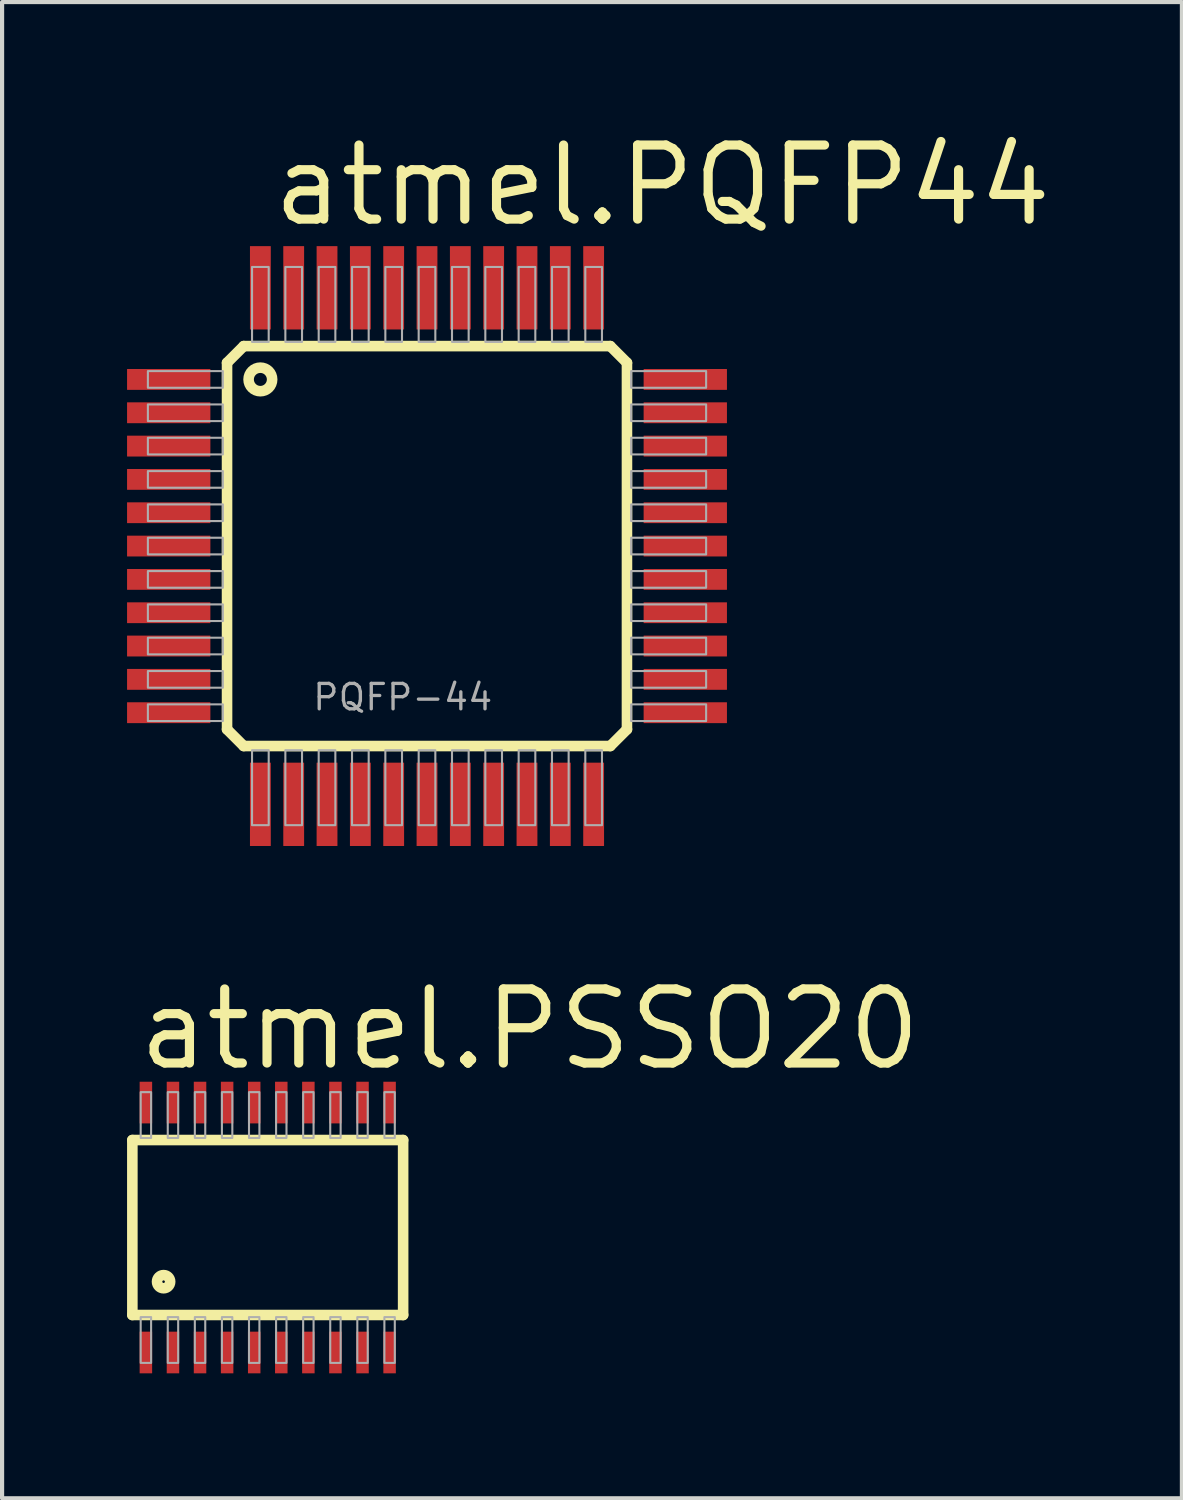
<source format=kicad_pcb>
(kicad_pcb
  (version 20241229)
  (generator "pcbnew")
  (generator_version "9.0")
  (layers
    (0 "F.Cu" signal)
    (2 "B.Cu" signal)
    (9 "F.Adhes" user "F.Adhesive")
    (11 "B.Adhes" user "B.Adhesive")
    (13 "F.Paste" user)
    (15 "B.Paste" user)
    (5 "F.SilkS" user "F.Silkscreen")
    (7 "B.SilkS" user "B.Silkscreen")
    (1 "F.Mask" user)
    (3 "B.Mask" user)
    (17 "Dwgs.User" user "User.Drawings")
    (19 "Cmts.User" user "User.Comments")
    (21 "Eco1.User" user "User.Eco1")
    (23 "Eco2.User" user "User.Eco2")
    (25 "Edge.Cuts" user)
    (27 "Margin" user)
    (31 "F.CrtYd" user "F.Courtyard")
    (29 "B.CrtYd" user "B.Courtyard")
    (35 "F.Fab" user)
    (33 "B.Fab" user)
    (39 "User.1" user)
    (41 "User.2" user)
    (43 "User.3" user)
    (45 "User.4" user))
  (footprint "atmel.PSSO20"
    (layer "F.Cu")
    (at 3.377 26.416)
    (property "Reference" "atmel.PSSO20" (at -3.21 -3.72 0) (layer "F.SilkS") (effects (font (size 1.778 1.778) (thickness 0.22)) (justify left bottom)))
    (attr smd)
    (fp_line (start -3.25 -2.1) (end -3.25 2.1) (stroke (width 0.254) (type default)) (layer "F.SilkS"))
    (fp_line (start -3.25 2.1) (end 3.25 2.1) (stroke (width 0.254) (type default)) (layer "F.SilkS"))
    (fp_line (start 3.25 -2.1) (end -3.25 -2.1) (stroke (width 0.254) (type default)) (layer "F.SilkS"))
    (fp_line (start 3.25 2.1) (end 3.25 -2.1) (stroke (width 0.254) (type default)) (layer "F.SilkS"))
    (fp_circle (center -2.5 1.3) (end -2.342 1.3) (stroke (width 0.254) (type default)) (fill no) (layer "F.SilkS"))
    (fp_rect (start -3.05 -2.15) (end -2.8 -3.25) (stroke (width 0.05) (type default)) (fill no) (layer "F.Fab"))
    (fp_rect (start -3.05 3.25) (end -2.8 2.15) (stroke (width 0.05) (type default)) (fill no) (layer "F.Fab"))
    (fp_rect (start -2.4 -2.15) (end -2.15 -3.25) (stroke (width 0.05) (type default)) (fill no) (layer "F.Fab"))
    (fp_rect (start -2.4 3.25) (end -2.15 2.15) (stroke (width 0.05) (type default)) (fill no) (layer "F.Fab"))
    (fp_rect (start -1.75 -2.15) (end -1.5 -3.25) (stroke (width 0.05) (type default)) (fill no) (layer "F.Fab"))
    (fp_rect (start -1.75 3.25) (end -1.5 2.15) (stroke (width 0.05) (type default)) (fill no) (layer "F.Fab"))
    (fp_rect (start -1.1 -2.15) (end -0.85 -3.25) (stroke (width 0.05) (type default)) (fill no) (layer "F.Fab"))
    (fp_rect (start -1.1 3.25) (end -0.85 2.15) (stroke (width 0.05) (type default)) (fill no) (layer "F.Fab"))
    (fp_rect (start -0.45 -2.15) (end -0.2 -3.25) (stroke (width 0.05) (type default)) (fill no) (layer "F.Fab"))
    (fp_rect (start -0.45 3.25) (end -0.2 2.15) (stroke (width 0.05) (type default)) (fill no) (layer "F.Fab"))
    (fp_rect (start 0.2 -2.15) (end 0.45 -3.25) (stroke (width 0.05) (type default)) (fill no) (layer "F.Fab"))
    (fp_rect (start 0.2 3.25) (end 0.45 2.15) (stroke (width 0.05) (type default)) (fill no) (layer "F.Fab"))
    (fp_rect (start 0.85 -2.15) (end 1.1 -3.25) (stroke (width 0.05) (type default)) (fill no) (layer "F.Fab"))
    (fp_rect (start 0.85 3.25) (end 1.1 2.15) (stroke (width 0.05) (type default)) (fill no) (layer "F.Fab"))
    (fp_rect (start 1.5 -2.15) (end 1.75 -3.25) (stroke (width 0.05) (type default)) (fill no) (layer "F.Fab"))
    (fp_rect (start 1.5 3.25) (end 1.75 2.15) (stroke (width 0.05) (type default)) (fill no) (layer "F.Fab"))
    (fp_rect (start 2.15 -2.15) (end 2.4 -3.25) (stroke (width 0.05) (type default)) (fill no) (layer "F.Fab"))
    (fp_rect (start 2.15 3.25) (end 2.4 2.15) (stroke (width 0.05) (type default)) (fill no) (layer "F.Fab"))
    (fp_rect (start 2.8 -2.15) (end 3.05 -3.25) (stroke (width 0.05) (type default)) (fill no) (layer "F.Fab"))
    (fp_rect (start 2.8 3.25) (end 3.05 2.15) (stroke (width 0.05) (type default)) (fill no) (layer "F.Fab"))
    (pad "1" smd roundrect (at -2.925 3) (size 0.3 1) (layers "F.Cu" "F.Mask" "F.Paste") (roundrect_rratio 0.01))
    (pad "2" smd roundrect (at -2.275 3) (size 0.3 1) (layers "F.Cu" "F.Mask" "F.Paste") (roundrect_rratio 0.01))
    (pad "3" smd roundrect (at -1.625 3) (size 0.3 1) (layers "F.Cu" "F.Mask" "F.Paste") (roundrect_rratio 0.01))
    (pad "4" smd roundrect (at -0.975 3) (size 0.3 1) (layers "F.Cu" "F.Mask" "F.Paste") (roundrect_rratio 0.01))
    (pad "5" smd roundrect (at -0.325 3) (size 0.3 1) (layers "F.Cu" "F.Mask" "F.Paste") (roundrect_rratio 0.01))
    (pad "6" smd roundrect (at 0.325 3) (size 0.3 1) (layers "F.Cu" "F.Mask" "F.Paste") (roundrect_rratio 0.01))
    (pad "7" smd roundrect (at 0.975 3) (size 0.3 1) (layers "F.Cu" "F.Mask" "F.Paste") (roundrect_rratio 0.01))
    (pad "8" smd roundrect (at 1.625 3) (size 0.3 1) (layers "F.Cu" "F.Mask" "F.Paste") (roundrect_rratio 0.01))
    (pad "9" smd roundrect (at 2.275 3) (size 0.3 1) (layers "F.Cu" "F.Mask" "F.Paste") (roundrect_rratio 0.01))
    (pad "10" smd roundrect (at 2.925 3) (size 0.3 1) (layers "F.Cu" "F.Mask" "F.Paste") (roundrect_rratio 0.01))
    (pad "11" smd roundrect (at 2.925 -3) (size 0.3 1) (layers "F.Cu" "F.Mask" "F.Paste") (roundrect_rratio 0.01))
    (pad "12" smd roundrect (at 2.275 -3) (size 0.3 1) (layers "F.Cu" "F.Mask" "F.Paste") (roundrect_rratio 0.01))
    (pad "13" smd roundrect (at 1.625 -3) (size 0.3 1) (layers "F.Cu" "F.Mask" "F.Paste") (roundrect_rratio 0.01))
    (pad "14" smd roundrect (at 0.975 -3) (size 0.3 1) (layers "F.Cu" "F.Mask" "F.Paste") (roundrect_rratio 0.01))
    (pad "15" smd roundrect (at 0.325 -3) (size 0.3 1) (layers "F.Cu" "F.Mask" "F.Paste") (roundrect_rratio 0.01))
    (pad "16" smd roundrect (at -0.325 -3) (size 0.3 1) (layers "F.Cu" "F.Mask" "F.Paste") (roundrect_rratio 0.01))
    (pad "17" smd roundrect (at -0.975 -3) (size 0.3 1) (layers "F.Cu" "F.Mask" "F.Paste") (roundrect_rratio 0.01))
    (pad "18" smd roundrect (at -1.625 -3) (size 0.3 1) (layers "F.Cu" "F.Mask" "F.Paste") (roundrect_rratio 0.01))
    (pad "19" smd roundrect (at -2.275 -3) (size 0.3 1) (layers "F.Cu" "F.Mask" "F.Paste") (roundrect_rratio 0.01))
    (pad "20" smd roundrect (at -2.925 -3) (size 0.3 1) (layers "F.Cu" "F.Mask" "F.Paste") (roundrect_rratio 0.01)))
  (footprint "atmel.PQFP44"
    (layer "F.Cu")
    (at 7.2 10.058)
    (property "Reference" "atmel.PQFP44" (at -3.81 -7.62 0) (layer "F.SilkS") (effects (font (size 1.778 1.778) (thickness 0.22)) (justify left bottom)))
    (attr smd)
    (fp_line (start -4.8 -4.4) (end -4.4 -4.8) (stroke (width 0.254) (type default)) (layer "F.SilkS"))
    (fp_line (start -4.8 4.4) (end -4.8 -4.4) (stroke (width 0.254) (type default)) (layer "F.SilkS"))
    (fp_line (start -4.4 -4.8) (end 4.4 -4.8) (stroke (width 0.254) (type default)) (layer "F.SilkS"))
    (fp_line (start -4.4 4.8) (end -4.8 4.4) (stroke (width 0.254) (type default)) (layer "F.SilkS"))
    (fp_line (start 4.4 -4.8) (end 4.8 -4.4) (stroke (width 0.254) (type default)) (layer "F.SilkS"))
    (fp_line (start 4.4 4.8) (end -4.4 4.8) (stroke (width 0.254) (type default)) (layer "F.SilkS"))
    (fp_line (start 4.8 -4.4) (end 4.8 4.4) (stroke (width 0.254) (type default)) (layer "F.SilkS"))
    (fp_line (start 4.8 4.4) (end 4.4 4.8) (stroke (width 0.254) (type default)) (layer "F.SilkS"))
    (fp_circle (center -4 -4) (end -3.717 -4) (stroke (width 0.254) (type default)) (fill no) (layer "F.SilkS"))
    (fp_rect (start -6.7 -3.8) (end -4.9 -4.2) (stroke (width 0.05) (type default)) (fill no) (layer "F.Fab"))
    (fp_rect (start -6.7 -3) (end -4.9 -3.4) (stroke (width 0.05) (type default)) (fill no) (layer "F.Fab"))
    (fp_rect (start -6.7 -2.2) (end -4.9 -2.6) (stroke (width 0.05) (type default)) (fill no) (layer "F.Fab"))
    (fp_rect (start -6.7 -1.4) (end -4.9 -1.8) (stroke (width 0.05) (type default)) (fill no) (layer "F.Fab"))
    (fp_rect (start -6.7 -0.6) (end -4.9 -1) (stroke (width 0.05) (type default)) (fill no) (layer "F.Fab"))
    (fp_rect (start -6.7 0.2) (end -4.9 -0.2) (stroke (width 0.05) (type default)) (fill no) (layer "F.Fab"))
    (fp_rect (start -6.7 1) (end -4.9 0.6) (stroke (width 0.05) (type default)) (fill no) (layer "F.Fab"))
    (fp_rect (start -6.7 1.8) (end -4.9 1.4) (stroke (width 0.05) (type default)) (fill no) (layer "F.Fab"))
    (fp_rect (start -6.7 2.6) (end -4.9 2.2) (stroke (width 0.05) (type default)) (fill no) (layer "F.Fab"))
    (fp_rect (start -6.7 3.4) (end -4.9 3) (stroke (width 0.05) (type default)) (fill no) (layer "F.Fab"))
    (fp_rect (start -6.7 4.2) (end -4.9 3.8) (stroke (width 0.05) (type default)) (fill no) (layer "F.Fab"))
    (fp_rect (start -4.2 -4.9) (end -3.8 -6.7) (stroke (width 0.05) (type default)) (fill no) (layer "F.Fab"))
    (fp_rect (start -4.2 6.7) (end -3.8 4.9) (stroke (width 0.05) (type default)) (fill no) (layer "F.Fab"))
    (fp_rect (start -3.4 -4.9) (end -3 -6.7) (stroke (width 0.05) (type default)) (fill no) (layer "F.Fab"))
    (fp_rect (start -3.4 6.7) (end -3 4.9) (stroke (width 0.05) (type default)) (fill no) (layer "F.Fab"))
    (fp_rect (start -2.6 -4.9) (end -2.2 -6.7) (stroke (width 0.05) (type default)) (fill no) (layer "F.Fab"))
    (fp_rect (start -2.6 6.7) (end -2.2 4.9) (stroke (width 0.05) (type default)) (fill no) (layer "F.Fab"))
    (fp_rect (start -1.8 -4.9) (end -1.4 -6.7) (stroke (width 0.05) (type default)) (fill no) (layer "F.Fab"))
    (fp_rect (start -1.8 6.7) (end -1.4 4.9) (stroke (width 0.05) (type default)) (fill no) (layer "F.Fab"))
    (fp_rect (start -1 -4.9) (end -0.6 -6.7) (stroke (width 0.05) (type default)) (fill no) (layer "F.Fab"))
    (fp_rect (start -1 6.7) (end -0.6 4.9) (stroke (width 0.05) (type default)) (fill no) (layer "F.Fab"))
    (fp_rect (start -0.2 -4.9) (end 0.2 -6.7) (stroke (width 0.05) (type default)) (fill no) (layer "F.Fab"))
    (fp_rect (start -0.2 6.7) (end 0.2 4.9) (stroke (width 0.05) (type default)) (fill no) (layer "F.Fab"))
    (fp_rect (start 0.6 -4.9) (end 1 -6.7) (stroke (width 0.05) (type default)) (fill no) (layer "F.Fab"))
    (fp_rect (start 0.6 6.7) (end 1 4.9) (stroke (width 0.05) (type default)) (fill no) (layer "F.Fab"))
    (fp_rect (start 1.4 -4.9) (end 1.8 -6.7) (stroke (width 0.05) (type default)) (fill no) (layer "F.Fab"))
    (fp_rect (start 1.4 6.7) (end 1.8 4.9) (stroke (width 0.05) (type default)) (fill no) (layer "F.Fab"))
    (fp_rect (start 2.2 -4.9) (end 2.6 -6.7) (stroke (width 0.05) (type default)) (fill no) (layer "F.Fab"))
    (fp_rect (start 2.2 6.7) (end 2.6 4.9) (stroke (width 0.05) (type default)) (fill no) (layer "F.Fab"))
    (fp_rect (start 3 -4.9) (end 3.4 -6.7) (stroke (width 0.05) (type default)) (fill no) (layer "F.Fab"))
    (fp_rect (start 3 6.7) (end 3.4 4.9) (stroke (width 0.05) (type default)) (fill no) (layer "F.Fab"))
    (fp_rect (start 3.8 -4.9) (end 4.2 -6.7) (stroke (width 0.05) (type default)) (fill no) (layer "F.Fab"))
    (fp_rect (start 3.8 6.7) (end 4.2 4.9) (stroke (width 0.05) (type default)) (fill no) (layer "F.Fab"))
    (fp_rect (start 4.9 -3.8) (end 6.7 -4.2) (stroke (width 0.05) (type default)) (fill no) (layer "F.Fab"))
    (fp_rect (start 4.9 -3) (end 6.7 -3.4) (stroke (width 0.05) (type default)) (fill no) (layer "F.Fab"))
    (fp_rect (start 4.9 -2.2) (end 6.7 -2.6) (stroke (width 0.05) (type default)) (fill no) (layer "F.Fab"))
    (fp_rect (start 4.9 -1.4) (end 6.7 -1.8) (stroke (width 0.05) (type default)) (fill no) (layer "F.Fab"))
    (fp_rect (start 4.9 -0.6) (end 6.7 -1) (stroke (width 0.05) (type default)) (fill no) (layer "F.Fab"))
    (fp_rect (start 4.9 0.2) (end 6.7 -0.2) (stroke (width 0.05) (type default)) (fill no) (layer "F.Fab"))
    (fp_rect (start 4.9 1) (end 6.7 0.6) (stroke (width 0.05) (type default)) (fill no) (layer "F.Fab"))
    (fp_rect (start 4.9 1.8) (end 6.7 1.4) (stroke (width 0.05) (type default)) (fill no) (layer "F.Fab"))
    (fp_rect (start 4.9 2.6) (end 6.7 2.2) (stroke (width 0.05) (type default)) (fill no) (layer "F.Fab"))
    (fp_rect (start 4.9 3.4) (end 6.7 3) (stroke (width 0.05) (type default)) (fill no) (layer "F.Fab"))
    (fp_rect (start 4.9 4.2) (end 6.7 3.8) (stroke (width 0.05) (type default)) (fill no) (layer "F.Fab"))
    (fp_text user "PQFP-44" (at -2.785 3.985 0) (layer "F.Fab") (effects (font (size 0.61 0.61) (thickness 0.08)) (justify left bottom)))
    (pad "1" smd roundrect (at -6.2 -4) (size 2 0.5) (layers "F.Cu" "F.Mask" "F.Paste") (roundrect_rratio 0.01))
    (pad "2" smd roundrect (at -6.2 -3.2) (size 2 0.5) (layers "F.Cu" "F.Mask" "F.Paste") (roundrect_rratio 0.01))
    (pad "3" smd roundrect (at -6.2 -2.4) (size 2 0.5) (layers "F.Cu" "F.Mask" "F.Paste") (roundrect_rratio 0.01))
    (pad "4" smd roundrect (at -6.2 -1.6) (size 2 0.5) (layers "F.Cu" "F.Mask" "F.Paste") (roundrect_rratio 0.01))
    (pad "5" smd roundrect (at -6.2 -0.8) (size 2 0.5) (layers "F.Cu" "F.Mask" "F.Paste") (roundrect_rratio 0.01))
    (pad "6" smd roundrect (at -6.2 0) (size 2 0.5) (layers "F.Cu" "F.Mask" "F.Paste") (roundrect_rratio 0.01))
    (pad "7" smd roundrect (at -6.2 0.8) (size 2 0.5) (layers "F.Cu" "F.Mask" "F.Paste") (roundrect_rratio 0.01))
    (pad "8" smd roundrect (at -6.2 1.6) (size 2 0.5) (layers "F.Cu" "F.Mask" "F.Paste") (roundrect_rratio 0.01))
    (pad "9" smd roundrect (at -6.2 2.4) (size 2 0.5) (layers "F.Cu" "F.Mask" "F.Paste") (roundrect_rratio 0.01))
    (pad "10" smd roundrect (at -6.2 3.2) (size 2 0.5) (layers "F.Cu" "F.Mask" "F.Paste") (roundrect_rratio 0.01))
    (pad "11" smd roundrect (at -6.2 4) (size 2 0.5) (layers "F.Cu" "F.Mask" "F.Paste") (roundrect_rratio 0.01))
    (pad "12" smd roundrect (at -4 6.2) (size 0.5 2) (layers "F.Cu" "F.Mask" "F.Paste") (roundrect_rratio 0.01))
    (pad "13" smd roundrect (at -3.2 6.2) (size 0.5 2) (layers "F.Cu" "F.Mask" "F.Paste") (roundrect_rratio 0.01))
    (pad "14" smd roundrect (at -2.4 6.2) (size 0.5 2) (layers "F.Cu" "F.Mask" "F.Paste") (roundrect_rratio 0.01))
    (pad "15" smd roundrect (at -1.6 6.2) (size 0.5 2) (layers "F.Cu" "F.Mask" "F.Paste") (roundrect_rratio 0.01))
    (pad "16" smd roundrect (at -0.8 6.2) (size 0.5 2) (layers "F.Cu" "F.Mask" "F.Paste") (roundrect_rratio 0.01))
    (pad "17" smd roundrect (at 0 6.2) (size 0.5 2) (layers "F.Cu" "F.Mask" "F.Paste") (roundrect_rratio 0.01))
    (pad "18" smd roundrect (at 0.8 6.2) (size 0.5 2) (layers "F.Cu" "F.Mask" "F.Paste") (roundrect_rratio 0.01))
    (pad "19" smd roundrect (at 1.6 6.2) (size 0.5 2) (layers "F.Cu" "F.Mask" "F.Paste") (roundrect_rratio 0.01))
    (pad "20" smd roundrect (at 2.4 6.2) (size 0.5 2) (layers "F.Cu" "F.Mask" "F.Paste") (roundrect_rratio 0.01))
    (pad "21" smd roundrect (at 3.2 6.2) (size 0.5 2) (layers "F.Cu" "F.Mask" "F.Paste") (roundrect_rratio 0.01))
    (pad "22" smd roundrect (at 4 6.2) (size 0.5 2) (layers "F.Cu" "F.Mask" "F.Paste") (roundrect_rratio 0.01))
    (pad "23" smd roundrect (at 6.2 4) (size 2 0.5) (layers "F.Cu" "F.Mask" "F.Paste") (roundrect_rratio 0.01))
    (pad "24" smd roundrect (at 6.2 3.2) (size 2 0.5) (layers "F.Cu" "F.Mask" "F.Paste") (roundrect_rratio 0.01))
    (pad "25" smd roundrect (at 6.2 2.4) (size 2 0.5) (layers "F.Cu" "F.Mask" "F.Paste") (roundrect_rratio 0.01))
    (pad "26" smd roundrect (at 6.2 1.6) (size 2 0.5) (layers "F.Cu" "F.Mask" "F.Paste") (roundrect_rratio 0.01))
    (pad "27" smd roundrect (at 6.2 0.8) (size 2 0.5) (layers "F.Cu" "F.Mask" "F.Paste") (roundrect_rratio 0.01))
    (pad "28" smd roundrect (at 6.2 0) (size 2 0.5) (layers "F.Cu" "F.Mask" "F.Paste") (roundrect_rratio 0.01))
    (pad "29" smd roundrect (at 6.2 -0.8) (size 2 0.5) (layers "F.Cu" "F.Mask" "F.Paste") (roundrect_rratio 0.01))
    (pad "30" smd roundrect (at 6.2 -1.6) (size 2 0.5) (layers "F.Cu" "F.Mask" "F.Paste") (roundrect_rratio 0.01))
    (pad "31" smd roundrect (at 6.2 -2.4) (size 2 0.5) (layers "F.Cu" "F.Mask" "F.Paste") (roundrect_rratio 0.01))
    (pad "32" smd roundrect (at 6.2 -3.2) (size 2 0.5) (layers "F.Cu" "F.Mask" "F.Paste") (roundrect_rratio 0.01))
    (pad "33" smd roundrect (at 6.2 -4) (size 2 0.5) (layers "F.Cu" "F.Mask" "F.Paste") (roundrect_rratio 0.01))
    (pad "34" smd roundrect (at 4 -6.2) (size 0.5 2) (layers "F.Cu" "F.Mask" "F.Paste") (roundrect_rratio 0.01))
    (pad "35" smd roundrect (at 3.2 -6.2) (size 0.5 2) (layers "F.Cu" "F.Mask" "F.Paste") (roundrect_rratio 0.01))
    (pad "36" smd roundrect (at 2.4 -6.2) (size 0.5 2) (layers "F.Cu" "F.Mask" "F.Paste") (roundrect_rratio 0.01))
    (pad "37" smd roundrect (at 1.6 -6.2) (size 0.5 2) (layers "F.Cu" "F.Mask" "F.Paste") (roundrect_rratio 0.01))
    (pad "38" smd roundrect (at 0.8 -6.2) (size 0.5 2) (layers "F.Cu" "F.Mask" "F.Paste") (roundrect_rratio 0.01))
    (pad "39" smd roundrect (at 0 -6.2) (size 0.5 2) (layers "F.Cu" "F.Mask" "F.Paste") (roundrect_rratio 0.01))
    (pad "40" smd roundrect (at -0.8 -6.2) (size 0.5 2) (layers "F.Cu" "F.Mask" "F.Paste") (roundrect_rratio 0.01))
    (pad "41" smd roundrect (at -1.6 -6.2) (size 0.5 2) (layers "F.Cu" "F.Mask" "F.Paste") (roundrect_rratio 0.01))
    (pad "42" smd roundrect (at -2.4 -6.2) (size 0.5 2) (layers "F.Cu" "F.Mask" "F.Paste") (roundrect_rratio 0.01))
    (pad "43" smd roundrect (at -3.2 -6.2) (size 0.5 2) (layers "F.Cu" "F.Mask" "F.Paste") (roundrect_rratio 0.01))
    (pad "44" smd roundrect (at -4 -6.2) (size 0.5 2) (layers "F.Cu" "F.Mask" "F.Paste") (roundrect_rratio 0.01)))
  (gr_rect
    (start -3 -3)
    (end 25.321 32.916)
    (stroke (width 0.1) (type default))
    (fill no)
    (layer "Edge.Cuts")))
</source>
